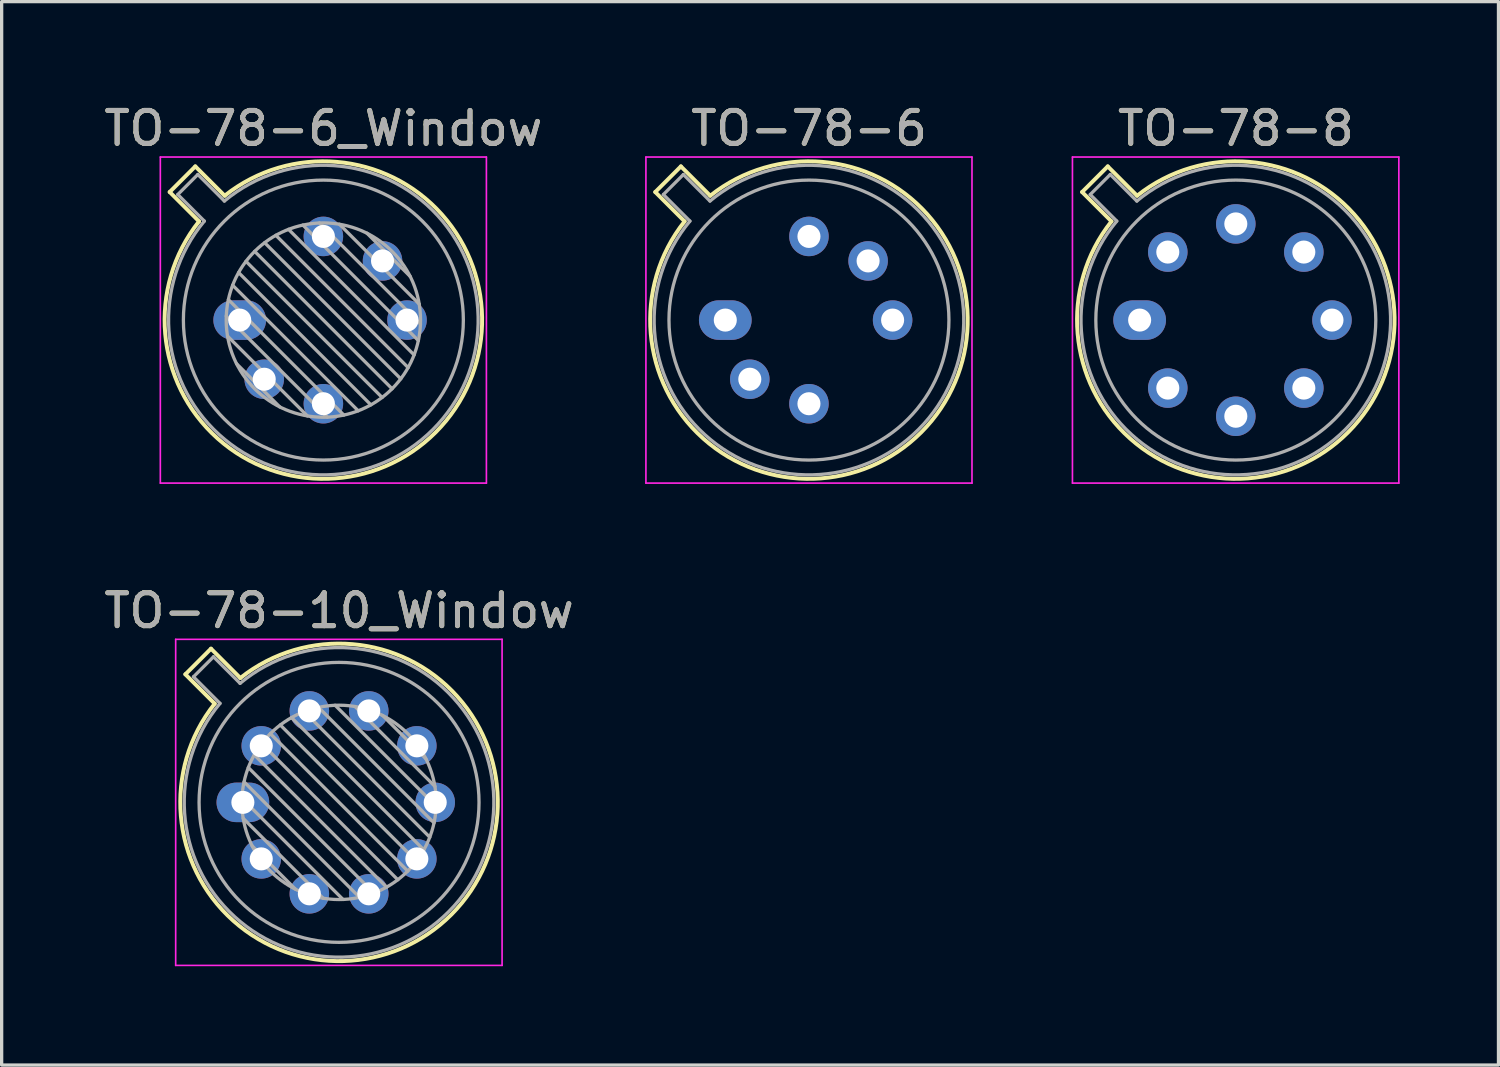
<source format=kicad_pcb>
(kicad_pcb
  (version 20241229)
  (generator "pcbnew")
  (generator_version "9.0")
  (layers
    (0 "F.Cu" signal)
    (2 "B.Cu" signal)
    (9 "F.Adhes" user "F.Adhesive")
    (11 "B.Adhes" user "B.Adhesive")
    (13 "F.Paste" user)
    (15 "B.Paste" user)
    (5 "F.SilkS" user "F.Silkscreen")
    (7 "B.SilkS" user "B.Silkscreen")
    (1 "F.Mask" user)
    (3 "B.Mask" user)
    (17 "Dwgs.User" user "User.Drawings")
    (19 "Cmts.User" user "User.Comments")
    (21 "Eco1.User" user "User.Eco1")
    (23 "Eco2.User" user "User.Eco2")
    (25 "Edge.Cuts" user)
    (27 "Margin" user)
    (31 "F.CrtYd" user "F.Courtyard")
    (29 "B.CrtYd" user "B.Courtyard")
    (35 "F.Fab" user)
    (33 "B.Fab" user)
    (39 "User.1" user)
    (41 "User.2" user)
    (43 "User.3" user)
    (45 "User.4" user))
  (footprint "TO-78-10_Window"
    (layer "F.Cu")
    (at 4.324 21.311)
    (property "Reference" "TO-78-10_Window" (at 2.92 -5.82 0) (layer "F.SilkS") (effects (font (size 1 1) (thickness 0.15))))
    (attr through_hole)
    (fp_line (start -1.746 -3.888) (end -0.855 -2.997) (stroke (width 0.12) (type solid)) (layer "F.SilkS"))
    (fp_line (start -0.968 -4.666) (end -1.746 -3.888) (stroke (width 0.12) (type solid)) (layer "F.SilkS"))
    (fp_line (start -0.077 -3.775) (end -0.968 -4.666) (stroke (width 0.12) (type solid)) (layer "F.SilkS"))
    (fp_arc (start -0.077084 -3.774902) (mid 6.328125 3.408384) (end -0.854674 -2.997371) (stroke (width 0.12) (type solid)) (layer "F.SilkS"))
    (fp_line (start -2.04 -4.95) (end -2.04 4.95) (stroke (width 0.05) (type solid)) (layer "F.CrtYd"))
    (fp_line (start -2.04 4.95) (end 7.87 4.95) (stroke (width 0.05) (type solid)) (layer "F.CrtYd"))
    (fp_line (start 7.87 -4.95) (end -2.04 -4.95) (stroke (width 0.05) (type solid)) (layer "F.CrtYd"))
    (fp_line (start 7.87 4.95) (end 7.87 -4.95) (stroke (width 0.05) (type solid)) (layer "F.CrtYd"))
    (fp_line (start -1.5 -3.812) (end -0.694 -3.005) (stroke (width 0.1) (type solid)) (layer "F.Fab"))
    (fp_line (start -0.892 -4.42) (end -1.5 -3.812) (stroke (width 0.1) (type solid)) (layer "F.Fab"))
    (fp_line (start -0.085 -3.614) (end -0.892 -4.42) (stroke (width 0.1) (type solid)) (layer "F.Fab"))
    (fp_line (start -0.028 -0.12) (end 3.04 2.948) (stroke (width 0.1) (type solid)) (layer "F.Fab"))
    (fp_line (start 0.009 0.485) (end 2.435 2.911) (stroke (width 0.1) (type solid)) (layer "F.Fab"))
    (fp_line (start 0.036 -0.622) (end 3.542 2.884) (stroke (width 0.1) (type solid)) (layer "F.Fab"))
    (fp_line (start 0.165 -1.058) (end 3.978 2.755) (stroke (width 0.1) (type solid)) (layer "F.Fab"))
    (fp_line (start 0.283 1.324) (end 1.596 2.637) (stroke (width 0.1) (type solid)) (layer "F.Fab"))
    (fp_line (start 0.346 -1.443) (end 4.363 2.574) (stroke (width 0.1) (type solid)) (layer "F.Fab"))
    (fp_line (start 0.57 -1.784) (end 4.704 2.35) (stroke (width 0.1) (type solid)) (layer "F.Fab"))
    (fp_line (start 0.834 -2.086) (end 5.006 2.086) (stroke (width 0.1) (type solid)) (layer "F.Fab"))
    (fp_line (start 1.136 -2.35) (end 5.27 1.784) (stroke (width 0.1) (type solid)) (layer "F.Fab"))
    (fp_line (start 1.477 -2.574) (end 5.494 1.443) (stroke (width 0.1) (type solid)) (layer "F.Fab"))
    (fp_line (start 1.862 -2.755) (end 5.675 1.058) (stroke (width 0.1) (type solid)) (layer "F.Fab"))
    (fp_line (start 2.298 -2.884) (end 5.804 0.622) (stroke (width 0.1) (type solid)) (layer "F.Fab"))
    (fp_line (start 2.8 -2.948) (end 5.868 0.12) (stroke (width 0.1) (type solid)) (layer "F.Fab"))
    (fp_line (start 3.405 -2.911) (end 5.831 -0.485) (stroke (width 0.1) (type solid)) (layer "F.Fab"))
    (fp_line (start 4.244 -2.637) (end 5.557 -1.324) (stroke (width 0.1) (type solid)) (layer "F.Fab"))
    (fp_arc (start -0.085408 -3.61352) (mid 6.243443 3.323361) (end -0.693594 -3.005319) (stroke (width 0.1) (type solid)) (layer "F.Fab"))
    (fp_circle (center 2.92 0) (end 5.87 0) (stroke (width 0.1) (type solid)) (fill no) (layer "F.Fab"))
    (fp_circle (center 2.92 0) (end 7.17 0) (stroke (width 0.1) (type solid)) (fill no) (layer "F.Fab"))
    (fp_text user "${REFERENCE}" (at 2.92 -5.82 0) (layer "F.Fab") (effects (font (size 1 1) (thickness 0.15))))
    (pad "1" thru_hole oval (at 0 0) (size 1.6 1.2) (drill 0.7) (layers "*.Cu" "*.Mask"))
    (pad "2" thru_hole oval (at 0.558 1.716) (size 1.2 1.2) (drill 0.7) (layers "*.Cu" "*.Mask"))
    (pad "3" thru_hole oval (at 2.018 2.777) (size 1.2 1.2) (drill 0.7) (layers "*.Cu" "*.Mask"))
    (pad "4" thru_hole oval (at 3.822 2.777) (size 1.2 1.2) (drill 0.7) (layers "*.Cu" "*.Mask"))
    (pad "5" thru_hole oval (at 5.282 1.716) (size 1.2 1.2) (drill 0.7) (layers "*.Cu" "*.Mask"))
    (pad "6" thru_hole oval (at 5.84 0) (size 1.2 1.2) (drill 0.7) (layers "*.Cu" "*.Mask"))
    (pad "7" thru_hole oval (at 5.282 -1.716) (size 1.2 1.2) (drill 0.7) (layers "*.Cu" "*.Mask"))
    (pad "8" thru_hole oval (at 3.822 -2.777) (size 1.2 1.2) (drill 0.7) (layers "*.Cu" "*.Mask"))
    (pad "9" thru_hole oval (at 2.018 -2.777) (size 1.2 1.2) (drill 0.7) (layers "*.Cu" "*.Mask"))
    (pad "10" thru_hole oval (at 0.558 -1.716) (size 1.2 1.2) (drill 0.7) (layers "*.Cu" "*.Mask")))
  (footprint "TO-78-6"
    (layer "F.Cu")
    (at 18.971 6.668)
    (property "Reference" "TO-78-6" (at 2.54 -5.82 0) (layer "F.SilkS") (effects (font (size 1 1) (thickness 0.15))))
    (attr through_hole)
    (fp_line (start -2.126 -3.888) (end -1.235 -2.997) (stroke (width 0.12) (type solid)) (layer "F.SilkS"))
    (fp_line (start -1.348 -4.666) (end -2.126 -3.888) (stroke (width 0.12) (type solid)) (layer "F.SilkS"))
    (fp_line (start -0.457 -3.775) (end -1.348 -4.666) (stroke (width 0.12) (type solid)) (layer "F.SilkS"))
    (fp_arc (start -0.457084 -3.774902) (mid 5.948125 3.408384) (end -1.234674 -2.997371) (stroke (width 0.12) (type solid)) (layer "F.SilkS"))
    (fp_line (start -2.41 -4.95) (end -2.41 4.95) (stroke (width 0.05) (type solid)) (layer "F.CrtYd"))
    (fp_line (start -2.41 4.95) (end 7.49 4.95) (stroke (width 0.05) (type solid)) (layer "F.CrtYd"))
    (fp_line (start 7.49 -4.95) (end -2.41 -4.95) (stroke (width 0.05) (type solid)) (layer "F.CrtYd"))
    (fp_line (start 7.49 4.95) (end 7.49 -4.95) (stroke (width 0.05) (type solid)) (layer "F.CrtYd"))
    (fp_line (start -1.88 -3.812) (end -1.074 -3.005) (stroke (width 0.1) (type solid)) (layer "F.Fab"))
    (fp_line (start -1.272 -4.42) (end -1.88 -3.812) (stroke (width 0.1) (type solid)) (layer "F.Fab"))
    (fp_line (start -0.465 -3.614) (end -1.272 -4.42) (stroke (width 0.1) (type solid)) (layer "F.Fab"))
    (fp_arc (start -0.465408 -3.61352) (mid 5.863443 3.323361) (end -1.073594 -3.005319) (stroke (width 0.1) (type solid)) (layer "F.Fab"))
    (fp_circle (center 2.54 0) (end 6.79 0) (stroke (width 0.1) (type solid)) (fill no) (layer "F.Fab"))
    (fp_text user "${REFERENCE}" (at 2.54 -5.82 0) (layer "F.Fab") (effects (font (size 1 1) (thickness 0.15))))
    (pad "1" thru_hole oval (at 0 0) (size 1.6 1.2) (drill 0.7) (layers "*.Cu" "*.Mask"))
    (pad "2" thru_hole oval (at 0.744 1.796) (size 1.2 1.2) (drill 0.7) (layers "*.Cu" "*.Mask"))
    (pad "3" thru_hole oval (at 2.54 2.54) (size 1.2 1.2) (drill 0.7) (layers "*.Cu" "*.Mask"))
    (pad "4" thru_hole oval (at 5.08 0) (size 1.2 1.2) (drill 0.7) (layers "*.Cu" "*.Mask"))
    (pad "5" thru_hole oval (at 4.336 -1.796) (size 1.2 1.2) (drill 0.7) (layers "*.Cu" "*.Mask"))
    (pad "6" thru_hole oval (at 2.54 -2.54) (size 1.2 1.2) (drill 0.7) (layers "*.Cu" "*.Mask")))
  (footprint "TO-78-8"
    (layer "F.Cu")
    (at 31.551 6.668)
    (property "Reference" "TO-78-8" (at 2.92 -5.82 0) (layer "F.SilkS") (effects (font (size 1 1) (thickness 0.15))))
    (attr through_hole)
    (fp_line (start -1.746 -3.888) (end -0.855 -2.997) (stroke (width 0.12) (type solid)) (layer "F.SilkS"))
    (fp_line (start -0.968 -4.666) (end -1.746 -3.888) (stroke (width 0.12) (type solid)) (layer "F.SilkS"))
    (fp_line (start -0.077 -3.775) (end -0.968 -4.666) (stroke (width 0.12) (type solid)) (layer "F.SilkS"))
    (fp_arc (start -0.077084 -3.774902) (mid 6.328125 3.408384) (end -0.854674 -2.997371) (stroke (width 0.12) (type solid)) (layer "F.SilkS"))
    (fp_line (start -2.04 -4.95) (end -2.04 4.95) (stroke (width 0.05) (type solid)) (layer "F.CrtYd"))
    (fp_line (start -2.04 4.95) (end 7.87 4.95) (stroke (width 0.05) (type solid)) (layer "F.CrtYd"))
    (fp_line (start 7.87 -4.95) (end -2.04 -4.95) (stroke (width 0.05) (type solid)) (layer "F.CrtYd"))
    (fp_line (start 7.87 4.95) (end 7.87 -4.95) (stroke (width 0.05) (type solid)) (layer "F.CrtYd"))
    (fp_line (start -1.5 -3.812) (end -0.694 -3.005) (stroke (width 0.1) (type solid)) (layer "F.Fab"))
    (fp_line (start -0.892 -4.42) (end -1.5 -3.812) (stroke (width 0.1) (type solid)) (layer "F.Fab"))
    (fp_line (start -0.085 -3.614) (end -0.892 -4.42) (stroke (width 0.1) (type solid)) (layer "F.Fab"))
    (fp_arc (start -0.085408 -3.61352) (mid 6.243443 3.323361) (end -0.693594 -3.005319) (stroke (width 0.1) (type solid)) (layer "F.Fab"))
    (fp_circle (center 2.92 0) (end 7.17 0) (stroke (width 0.1) (type solid)) (fill no) (layer "F.Fab"))
    (fp_text user "${REFERENCE}" (at 2.92 -5.82 0) (layer "F.Fab") (effects (font (size 1 1) (thickness 0.15))))
    (pad "1" thru_hole oval (at 0 0) (size 1.6 1.2) (drill 0.7) (layers "*.Cu" "*.Mask"))
    (pad "2" thru_hole oval (at 0.855 2.065) (size 1.2 1.2) (drill 0.7) (layers "*.Cu" "*.Mask"))
    (pad "3" thru_hole oval (at 2.92 2.92) (size 1.2 1.2) (drill 0.7) (layers "*.Cu" "*.Mask"))
    (pad "4" thru_hole oval (at 4.985 2.065) (size 1.2 1.2) (drill 0.7) (layers "*.Cu" "*.Mask"))
    (pad "5" thru_hole oval (at 5.84 0) (size 1.2 1.2) (drill 0.7) (layers "*.Cu" "*.Mask"))
    (pad "6" thru_hole oval (at 4.985 -2.065) (size 1.2 1.2) (drill 0.7) (layers "*.Cu" "*.Mask"))
    (pad "7" thru_hole oval (at 2.92 -2.92) (size 1.2 1.2) (drill 0.7) (layers "*.Cu" "*.Mask"))
    (pad "8" thru_hole oval (at 0.855 -2.065) (size 1.2 1.2) (drill 0.7) (layers "*.Cu" "*.Mask")))
  (footprint "TO-78-6_Window"
    (layer "F.Cu")
    (at 4.228 6.668)
    (property "Reference" "TO-78-6_Window" (at 2.54 -5.82 0) (layer "F.SilkS") (effects (font (size 1 1) (thickness 0.15))))
    (attr through_hole)
    (fp_line (start -2.126 -3.888) (end -1.235 -2.997) (stroke (width 0.12) (type solid)) (layer "F.SilkS"))
    (fp_line (start -1.348 -4.666) (end -2.126 -3.888) (stroke (width 0.12) (type solid)) (layer "F.SilkS"))
    (fp_line (start -0.457 -3.775) (end -1.348 -4.666) (stroke (width 0.12) (type solid)) (layer "F.SilkS"))
    (fp_arc (start -0.457084 -3.774902) (mid 5.948125 3.408384) (end -1.234674 -2.997371) (stroke (width 0.12) (type solid)) (layer "F.SilkS"))
    (fp_line (start -2.41 -4.95) (end -2.41 4.95) (stroke (width 0.05) (type solid)) (layer "F.CrtYd"))
    (fp_line (start -2.41 4.95) (end 7.49 4.95) (stroke (width 0.05) (type solid)) (layer "F.CrtYd"))
    (fp_line (start 7.49 -4.95) (end -2.41 -4.95) (stroke (width 0.05) (type solid)) (layer "F.CrtYd"))
    (fp_line (start 7.49 4.95) (end 7.49 -4.95) (stroke (width 0.05) (type solid)) (layer "F.CrtYd"))
    (fp_line (start -1.88 -3.812) (end -1.074 -3.005) (stroke (width 0.1) (type solid)) (layer "F.Fab"))
    (fp_line (start -1.272 -4.42) (end -1.88 -3.812) (stroke (width 0.1) (type solid)) (layer "F.Fab"))
    (fp_line (start -0.465 -3.614) (end -1.272 -4.42) (stroke (width 0.1) (type solid)) (layer "F.Fab"))
    (fp_line (start -0.408 -0.12) (end 2.66 2.948) (stroke (width 0.1) (type solid)) (layer "F.Fab"))
    (fp_line (start -0.371 0.485) (end 2.055 2.911) (stroke (width 0.1) (type solid)) (layer "F.Fab"))
    (fp_line (start -0.344 -0.622) (end 3.162 2.884) (stroke (width 0.1) (type solid)) (layer "F.Fab"))
    (fp_line (start -0.215 -1.058) (end 3.598 2.755) (stroke (width 0.1) (type solid)) (layer "F.Fab"))
    (fp_line (start -0.097 1.324) (end 1.216 2.637) (stroke (width 0.1) (type solid)) (layer "F.Fab"))
    (fp_line (start -0.034 -1.443) (end 3.983 2.574) (stroke (width 0.1) (type solid)) (layer "F.Fab"))
    (fp_line (start 0.19 -1.784) (end 4.324 2.35) (stroke (width 0.1) (type solid)) (layer "F.Fab"))
    (fp_line (start 0.454 -2.086) (end 4.626 2.086) (stroke (width 0.1) (type solid)) (layer "F.Fab"))
    (fp_line (start 0.756 -2.35) (end 4.89 1.784) (stroke (width 0.1) (type solid)) (layer "F.Fab"))
    (fp_line (start 1.097 -2.574) (end 5.114 1.443) (stroke (width 0.1) (type solid)) (layer "F.Fab"))
    (fp_line (start 1.482 -2.755) (end 5.295 1.058) (stroke (width 0.1) (type solid)) (layer "F.Fab"))
    (fp_line (start 1.918 -2.884) (end 5.424 0.622) (stroke (width 0.1) (type solid)) (layer "F.Fab"))
    (fp_line (start 2.42 -2.948) (end 5.488 0.12) (stroke (width 0.1) (type solid)) (layer "F.Fab"))
    (fp_line (start 3.025 -2.911) (end 5.451 -0.485) (stroke (width 0.1) (type solid)) (layer "F.Fab"))
    (fp_line (start 3.864 -2.637) (end 5.177 -1.324) (stroke (width 0.1) (type solid)) (layer "F.Fab"))
    (fp_arc (start -0.465408 -3.61352) (mid 5.863443 3.323361) (end -1.073594 -3.005319) (stroke (width 0.1) (type solid)) (layer "F.Fab"))
    (fp_circle (center 2.54 0) (end 5.49 0) (stroke (width 0.1) (type solid)) (fill no) (layer "F.Fab"))
    (fp_circle (center 2.54 0) (end 6.79 0) (stroke (width 0.1) (type solid)) (fill no) (layer "F.Fab"))
    (fp_text user "${REFERENCE}" (at 2.54 -5.82 0) (layer "F.Fab") (effects (font (size 1 1) (thickness 0.15))))
    (pad "1" thru_hole oval (at 0 0) (size 1.6 1.2) (drill 0.7) (layers "*.Cu" "*.Mask"))
    (pad "2" thru_hole oval (at 0.744 1.796) (size 1.2 1.2) (drill 0.7) (layers "*.Cu" "*.Mask"))
    (pad "3" thru_hole oval (at 2.54 2.54) (size 1.2 1.2) (drill 0.7) (layers "*.Cu" "*.Mask"))
    (pad "4" thru_hole oval (at 5.08 0) (size 1.2 1.2) (drill 0.7) (layers "*.Cu" "*.Mask"))
    (pad "5" thru_hole oval (at 4.336 -1.796) (size 1.2 1.2) (drill 0.7) (layers "*.Cu" "*.Mask"))
    (pad "6" thru_hole oval (at 2.54 -2.54) (size 1.2 1.2) (drill 0.7) (layers "*.Cu" "*.Mask")))
  (gr_rect
    (start -3 -3)
    (end 42.446 29.287)
    (stroke (width 0.1) (type default))
    (fill no)
    (layer "Edge.Cuts")))
</source>
